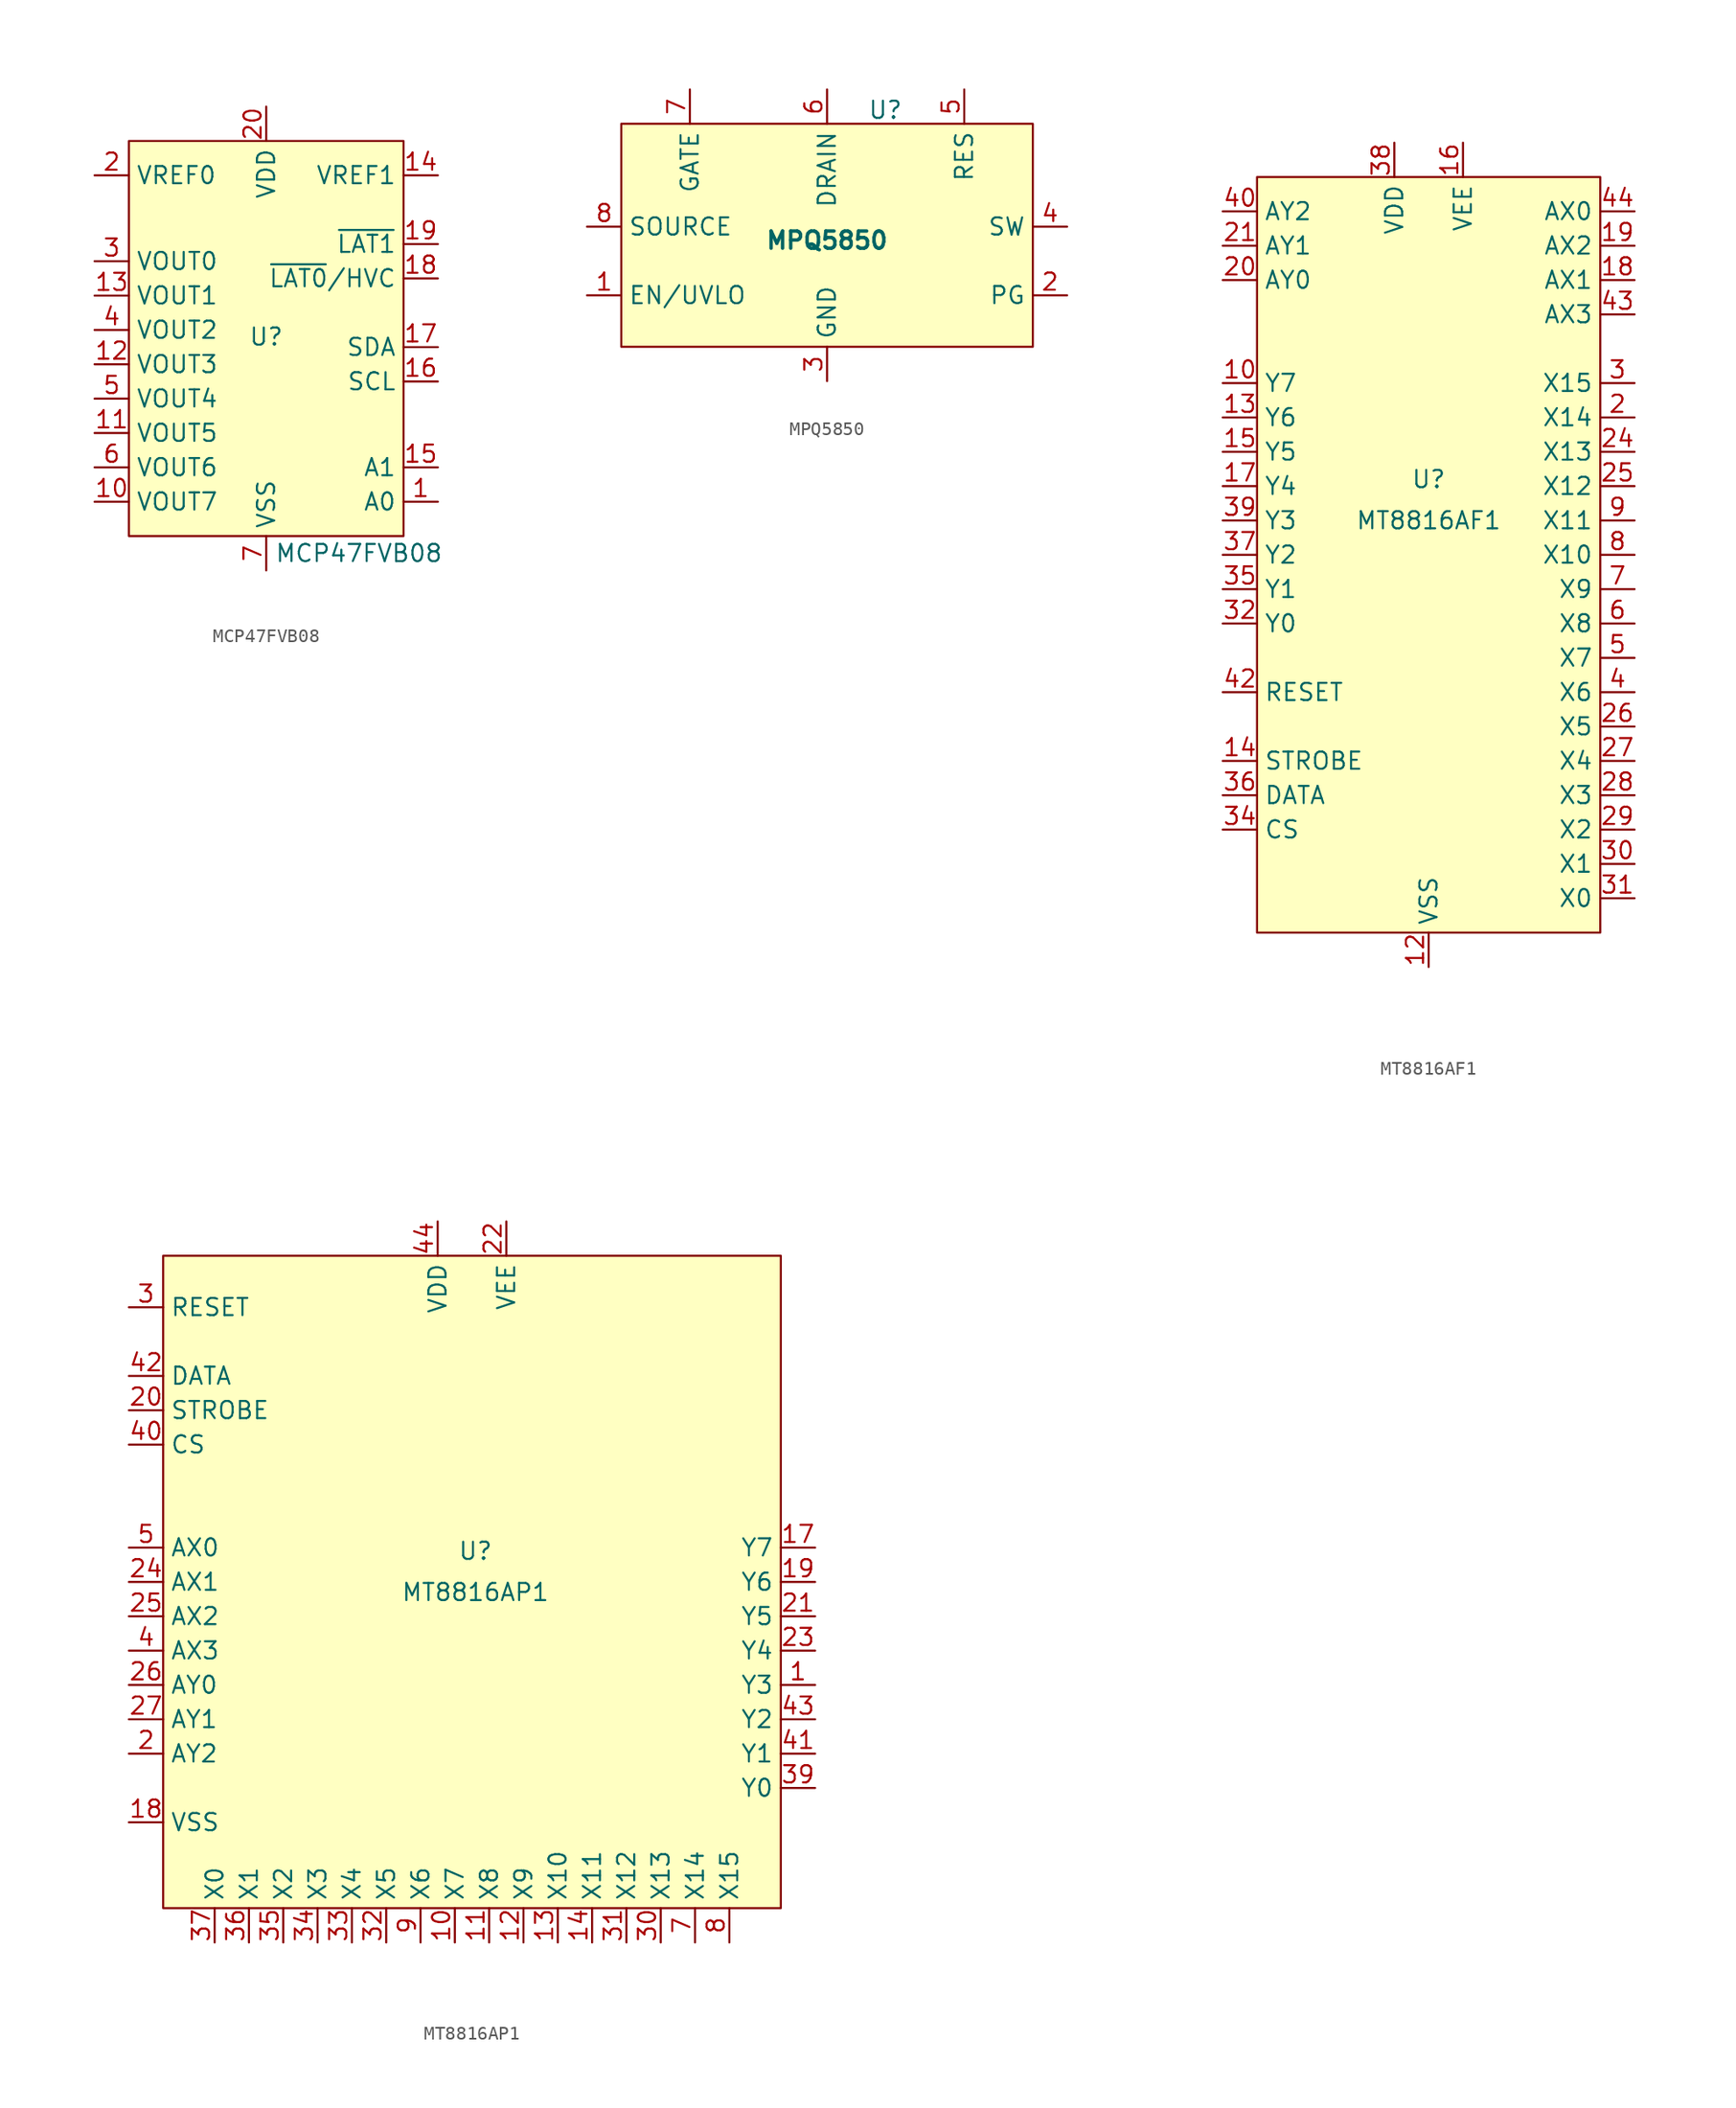
<source format=kicad_sym>
(kicad_symbol_lib
  (version 20241209)
  (generator "kicad_symbol_editor")
  (generator_version "9.0")
  (symbol "MCP47FVB08"
    (property "Reference" "U"
      (at 0 0.762 0)
      (effects (font (size 1.27 1.27))))
    (property "Value" "MCP47FVB08"
      (at 6.858 -15.24 0)
      (effects (font (size 1.27 1.27))))
    (symbol "MCP47FVB08_0_0"
      (pin input line (at -12.7 12.7 0) (length 2.54) (name "VREF0" (effects (font (size 1.27 1.27)))) (number "2" (effects (font (size 1.27 1.27)))))
      (pin output line (at -12.7 6.35 0) (length 2.54) (name "VOUT0" (effects (font (size 1.27 1.27)))) (number "3" (effects (font (size 1.27 1.27)))))
      (pin output line (at -12.7 3.81 0) (length 2.54) (name "VOUT1" (effects (font (size 1.27 1.27)))) (number "13" (effects (font (size 1.27 1.27)))))
      (pin output line (at -12.7 1.27 0) (length 2.54) (name "VOUT2" (effects (font (size 1.27 1.27)))) (number "4" (effects (font (size 1.27 1.27)))))
      (pin output line (at -12.7 -1.27 0) (length 2.54) (name "VOUT3" (effects (font (size 1.27 1.27)))) (number "12" (effects (font (size 1.27 1.27)))))
      (pin output line (at -12.7 -3.81 0) (length 2.54) (name "VOUT4" (effects (font (size 1.27 1.27)))) (number "5" (effects (font (size 1.27 1.27)))))
      (pin output line (at -12.7 -6.35 0) (length 2.54) (name "VOUT5" (effects (font (size 1.27 1.27)))) (number "11" (effects (font (size 1.27 1.27)))))
      (pin output line (at -12.7 -8.89 0) (length 2.54) (name "VOUT6" (effects (font (size 1.27 1.27)))) (number "6" (effects (font (size 1.27 1.27)))))
      (pin output line (at -12.7 -11.43 0) (length 2.54) (name "VOUT7" (effects (font (size 1.27 1.27)))) (number "10" (effects (font (size 1.27 1.27)))))
      (pin power_in line (at 0 17.78 270) (length 2.54) (name "VDD" (effects (font (size 1.27 1.27)))) (number "20" (effects (font (size 1.27 1.27)))))
      (pin power_in line (at 0 -16.51 90) (length 2.54) (name "VSS" (effects (font (size 1.27 1.27)))) (number "7" (effects (font (size 1.27 1.27)))))
      (pin input line (at 12.7 12.7 180) (length 2.54) (name "VREF1" (effects (font (size 1.27 1.27)))) (number "14" (effects (font (size 1.27 1.27)))))
      (pin input line (at 12.7 7.62 180) (length 2.54) (name "~{LAT1}" (effects (font (size 1.27 1.27)))) (number "19" (effects (font (size 1.27 1.27)))))
      (pin input line (at 12.7 5.08 180) (length 2.54) (name "~{LAT0}/HVC" (effects (font (size 1.27 1.27)))) (number "18" (effects (font (size 1.27 1.27)))))
      (pin input line (at 12.7 0 180) (length 2.54) (name "SDA" (effects (font (size 1.27 1.27)))) (number "17" (effects (font (size 1.27 1.27)))))
      (pin input line (at 12.7 -2.54 180) (length 2.54) (name "SCL" (effects (font (size 1.27 1.27)))) (number "16" (effects (font (size 1.27 1.27)))))
      (pin input line (at 12.7 -8.89 180) (length 2.54) (name "A1" (effects (font (size 1.27 1.27)))) (number "15" (effects (font (size 1.27 1.27)))))
      (pin input line (at 12.7 -11.43 180) (length 2.54) (name "A0" (effects (font (size 1.27 1.27)))) (number "1" (effects (font (size 1.27 1.27))))))
    (symbol "MCP47FVB08_1_0"
      (pin no_connect line (at -2.54 -16.51 90) (length 2.54) (hide yes) (name "NC" (effects (font (size 1.27 1.27)))) (number "8" (effects (font (size 1.27 1.27)))))
      (pin no_connect line (at 2.54 -16.51 90) (length 2.54) (hide yes) (name "NC" (effects (font (size 1.27 1.27)))) (number "9" (effects (font (size 1.27 1.27))))))
    (symbol "MCP47FVB08_1_1"
      (rectangle (start -10.16 15.24) (end 10.16 -13.97) (stroke (width 0) (type solid)) (fill (type color) (color 255 255 194 1)))))
  (symbol "MPQ5850"
    (property "Reference" "U"
      (at 4.318 25.146 0)
      (effects (font (size 1.27 1.27))))
    (property "Value" "MPQ5850"
      (at 0 15.494 0)
      (effects (font (size 1.27 1.27) (thickness 0.254) (bold yes))))
    (symbol "MPQ5850_0_0"
      (pin input line (at -17.78 16.51 0) (length 2.54) (name "SOURCE" (effects (font (size 1.27 1.27)))) (number "8" (effects (font (size 1.27 1.27)))))
      (pin input line (at -17.78 11.43 0) (length 2.54) (name "EN/UVLO" (effects (font (size 1.27 1.27)))) (number "1" (effects (font (size 1.27 1.27)))))
      (pin output line (at -10.16 26.67 270) (length 2.54) (name "GATE" (effects (font (size 1.27 1.27)))) (number "7" (effects (font (size 1.27 1.27)))))
      (pin power_out line (at 0 26.67 270) (length 2.54) (name "DRAIN" (effects (font (size 1.27 1.27)))) (number "6" (effects (font (size 1.27 1.27)))))
      (pin power_out line (at 0 5.08 90) (length 2.54) (name "GND" (effects (font (size 1.27 1.27)))) (number "3" (effects (font (size 1.27 1.27)))))
      (pin input line (at 10.16 26.67 270) (length 2.54) (name "RES" (effects (font (size 1.27 1.27)))) (number "5" (effects (font (size 1.27 1.27)))))
      (pin input line (at 17.78 16.51 180) (length 2.54) (name "SW" (effects (font (size 1.27 1.27)))) (number "4" (effects (font (size 1.27 1.27)))))
      (pin output line (at 17.78 11.43 180) (length 2.54) (name "PG" (effects (font (size 1.27 1.27)))) (number "2" (effects (font (size 1.27 1.27))))))
    (symbol "MPQ5850_1_1"
      (rectangle (start -15.24 24.13) (end 15.24 7.62) (stroke (width 0) (type solid)) (fill (type color) (color 255 255 194 1)))))
  (symbol "MT8816AF1"
    (property "Reference" "U"
      (at 0 3.048 0)
      (effects (font (size 1.27 1.27))))
    (property "Value" "MT8816AF1"
      (at 0 0 0)
      (effects (font (size 1.27 1.27))))
    (symbol "MT8816AF1_0_0"
      (pin input line (at -15.24 22.86 0) (length 2.54) (name "AY2" (effects (font (size 1.27 1.27)))) (number "40" (effects (font (size 1.27 1.27)))))
      (pin input line (at -15.24 20.32 0) (length 2.54) (name "AY1" (effects (font (size 1.27 1.27)))) (number "21" (effects (font (size 1.27 1.27)))))
      (pin input line (at -15.24 17.78 0) (length 2.54) (name "AY0" (effects (font (size 1.27 1.27)))) (number "20" (effects (font (size 1.27 1.27)))))
      (pin bidirectional line (at -15.24 10.16 0) (length 2.54) (name "Y7" (effects (font (size 1.27 1.27)))) (number "10" (effects (font (size 1.27 1.27)))))
      (pin bidirectional line (at -15.24 7.62 0) (length 2.54) (name "Y6" (effects (font (size 1.27 1.27)))) (number "13" (effects (font (size 1.27 1.27)))))
      (pin bidirectional line (at -15.24 5.08 0) (length 2.54) (name "Y5" (effects (font (size 1.27 1.27)))) (number "15" (effects (font (size 1.27 1.27)))))
      (pin bidirectional line (at -15.24 2.54 0) (length 2.54) (name "Y4" (effects (font (size 1.27 1.27)))) (number "17" (effects (font (size 1.27 1.27)))))
      (pin bidirectional line (at -15.24 0 0) (length 2.54) (name "Y3" (effects (font (size 1.27 1.27)))) (number "39" (effects (font (size 1.27 1.27)))))
      (pin bidirectional line (at -15.24 -2.54 0) (length 2.54) (name "Y2" (effects (font (size 1.27 1.27)))) (number "37" (effects (font (size 1.27 1.27)))))
      (pin bidirectional line (at -15.24 -5.08 0) (length 2.54) (name "Y1" (effects (font (size 1.27 1.27)))) (number "35" (effects (font (size 1.27 1.27)))))
      (pin bidirectional line (at -15.24 -7.62 0) (length 2.54) (name "Y0" (effects (font (size 1.27 1.27)))) (number "32" (effects (font (size 1.27 1.27)))))
      (pin input line (at -15.24 -12.7 0) (length 2.54) (name "RESET" (effects (font (size 1.27 1.27)))) (number "42" (effects (font (size 1.27 1.27)))))
      (pin input line (at -15.24 -17.78 0) (length 2.54) (name "STROBE" (effects (font (size 1.27 1.27)))) (number "14" (effects (font (size 1.27 1.27)))))
      (pin input line (at -15.24 -20.32 0) (length 2.54) (name "DATA" (effects (font (size 1.27 1.27)))) (number "36" (effects (font (size 1.27 1.27)))))
      (pin input line (at -15.24 -22.86 0) (length 2.54) (name "CS" (effects (font (size 1.27 1.27)))) (number "34" (effects (font (size 1.27 1.27)))))
      (pin power_in line (at -2.54 27.94 270) (length 2.54) (name "VDD" (effects (font (size 1.27 1.27)))) (number "38" (effects (font (size 1.27 1.27)))))
      (pin power_in line (at 0 -33.02 90) (length 2.54) (name "VSS" (effects (font (size 1.27 1.27)))) (number "12" (effects (font (size 1.27 1.27)))))
      (pin power_in line (at 2.54 27.94 270) (length 2.54) (name "VEE" (effects (font (size 1.27 1.27)))) (number "16" (effects (font (size 1.27 1.27)))))
      (pin no_connect line (at 2.54 -33.02 90) (length 2.54) (hide yes) (name "NC" (effects (font (size 1.27 1.27)))) (number "1" (effects (font (size 1.27 1.27)))))
      (pin no_connect line (at 2.54 -33.02 90) (length 2.54) (hide yes) (name "NC" (effects (font (size 1.27 1.27)))) (number "11" (effects (font (size 1.27 1.27)))))
      (pin no_connect line (at 2.54 -33.02 90) (length 2.54) (hide yes) (name "NC" (effects (font (size 1.27 1.27)))) (number "22" (effects (font (size 1.27 1.27)))))
      (pin no_connect line (at 2.54 -33.02 90) (length 2.54) (hide yes) (name "NC" (effects (font (size 1.27 1.27)))) (number "23" (effects (font (size 1.27 1.27)))))
      (pin no_connect line (at 2.54 -33.02 90) (length 2.54) (hide yes) (name "NC" (effects (font (size 1.27 1.27)))) (number "33" (effects (font (size 1.27 1.27)))))
      (pin no_connect line (at 2.54 -33.02 90) (length 2.54) (hide yes) (name "NC" (effects (font (size 1.27 1.27)))) (number "41" (effects (font (size 1.27 1.27)))))
      (pin input line (at 15.24 22.86 180) (length 2.54) (name "AX0" (effects (font (size 1.27 1.27)))) (number "44" (effects (font (size 1.27 1.27)))))
      (pin input line (at 15.24 20.32 180) (length 2.54) (name "AX2" (effects (font (size 1.27 1.27)))) (number "19" (effects (font (size 1.27 1.27)))))
      (pin input line (at 15.24 17.78 180) (length 2.54) (name "AX1" (effects (font (size 1.27 1.27)))) (number "18" (effects (font (size 1.27 1.27)))))
      (pin input line (at 15.24 15.24 180) (length 2.54) (name "AX3" (effects (font (size 1.27 1.27)))) (number "43" (effects (font (size 1.27 1.27)))))
      (pin bidirectional line (at 15.24 10.16 180) (length 2.54) (name "X15" (effects (font (size 1.27 1.27)))) (number "3" (effects (font (size 1.27 1.27)))))
      (pin bidirectional line (at 15.24 7.62 180) (length 2.54) (name "X14" (effects (font (size 1.27 1.27)))) (number "2" (effects (font (size 1.27 1.27)))))
      (pin bidirectional line (at 15.24 5.08 180) (length 2.54) (name "X13" (effects (font (size 1.27 1.27)))) (number "24" (effects (font (size 1.27 1.27)))))
      (pin bidirectional line (at 15.24 2.54 180) (length 2.54) (name "X12" (effects (font (size 1.27 1.27)))) (number "25" (effects (font (size 1.27 1.27)))))
      (pin bidirectional line (at 15.24 0 180) (length 2.54) (name "X11" (effects (font (size 1.27 1.27)))) (number "9" (effects (font (size 1.27 1.27)))))
      (pin bidirectional line (at 15.24 -2.54 180) (length 2.54) (name "X10" (effects (font (size 1.27 1.27)))) (number "8" (effects (font (size 1.27 1.27)))))
      (pin bidirectional line (at 15.24 -5.08 180) (length 2.54) (name "X9" (effects (font (size 1.27 1.27)))) (number "7" (effects (font (size 1.27 1.27)))))
      (pin bidirectional line (at 15.24 -7.62 180) (length 2.54) (name "X8" (effects (font (size 1.27 1.27)))) (number "6" (effects (font (size 1.27 1.27)))))
      (pin bidirectional line (at 15.24 -10.16 180) (length 2.54) (name "X7" (effects (font (size 1.27 1.27)))) (number "5" (effects (font (size 1.27 1.27)))))
      (pin bidirectional line (at 15.24 -12.7 180) (length 2.54) (name "X6" (effects (font (size 1.27 1.27)))) (number "4" (effects (font (size 1.27 1.27)))))
      (pin bidirectional line (at 15.24 -15.24 180) (length 2.54) (name "X5" (effects (font (size 1.27 1.27)))) (number "26" (effects (font (size 1.27 1.27)))))
      (pin bidirectional line (at 15.24 -17.78 180) (length 2.54) (name "X4" (effects (font (size 1.27 1.27)))) (number "27" (effects (font (size 1.27 1.27)))))
      (pin bidirectional line (at 15.24 -20.32 180) (length 2.54) (name "X3" (effects (font (size 1.27 1.27)))) (number "28" (effects (font (size 1.27 1.27)))))
      (pin bidirectional line (at 15.24 -22.86 180) (length 2.54) (name "X2" (effects (font (size 1.27 1.27)))) (number "29" (effects (font (size 1.27 1.27)))))
      (pin bidirectional line (at 15.24 -25.4 180) (length 2.54) (name "X1" (effects (font (size 1.27 1.27)))) (number "30" (effects (font (size 1.27 1.27)))))
      (pin bidirectional line (at 15.24 -27.94 180) (length 2.54) (name "X0" (effects (font (size 1.27 1.27)))) (number "31" (effects (font (size 1.27 1.27))))))
    (symbol "MT8816AF1_1_1"
      (rectangle (start -12.7 25.4) (end 12.7 -30.48) (stroke (width 0) (type solid)) (fill (type background)))))
  (symbol "MT8816AP1"
    (property "Reference" "U"
      (at 0.254 2.286 0)
      (effects (font (size 1.27 1.27))))
    (property "Value" "MT8816AP1"
      (at 0.254 -0.762 0)
      (effects (font (size 1.27 1.27))))
    (symbol "MT8816AP1_0_0"
      (pin input line (at -25.4 20.32 0) (length 2.54) (name "RESET" (effects (font (size 1.27 1.27)))) (number "3" (effects (font (size 1.27 1.27)))))
      (pin input line (at -25.4 15.24 0) (length 2.54) (name "DATA" (effects (font (size 1.27 1.27)))) (number "42" (effects (font (size 1.27 1.27)))))
      (pin input line (at -25.4 12.7 0) (length 2.54) (name "STROBE" (effects (font (size 1.27 1.27)))) (number "20" (effects (font (size 1.27 1.27)))))
      (pin input line (at -25.4 10.16 0) (length 2.54) (name "CS" (effects (font (size 1.27 1.27)))) (number "40" (effects (font (size 1.27 1.27)))))
      (pin input line (at -25.4 2.54 0) (length 2.54) (name "AX0" (effects (font (size 1.27 1.27)))) (number "5" (effects (font (size 1.27 1.27)))))
      (pin input line (at -25.4 0 0) (length 2.54) (name "AX1" (effects (font (size 1.27 1.27)))) (number "24" (effects (font (size 1.27 1.27)))))
      (pin input line (at -25.4 -2.54 0) (length 2.54) (name "AX2" (effects (font (size 1.27 1.27)))) (number "25" (effects (font (size 1.27 1.27)))))
      (pin input line (at -25.4 -5.08 0) (length 2.54) (name "AX3" (effects (font (size 1.27 1.27)))) (number "4" (effects (font (size 1.27 1.27)))))
      (pin input line (at -25.4 -7.62 0) (length 2.54) (name "AY0" (effects (font (size 1.27 1.27)))) (number "26" (effects (font (size 1.27 1.27)))))
      (pin input line (at -25.4 -10.16 0) (length 2.54) (name "AY1" (effects (font (size 1.27 1.27)))) (number "27" (effects (font (size 1.27 1.27)))))
      (pin input line (at -25.4 -12.7 0) (length 2.54) (name "AY2" (effects (font (size 1.27 1.27)))) (number "2" (effects (font (size 1.27 1.27)))))
      (pin power_in line (at -25.4 -17.78 0) (length 2.54) (name "VSS" (effects (font (size 1.27 1.27)))) (number "18" (effects (font (size 1.27 1.27)))))
      (pin bidirectional line (at -19.05 -26.67 90) (length 2.54) (name "X0" (effects (font (size 1.27 1.27)))) (number "37" (effects (font (size 1.27 1.27)))))
      (pin bidirectional line (at -16.51 -26.67 90) (length 2.54) (name "X1" (effects (font (size 1.27 1.27)))) (number "36" (effects (font (size 1.27 1.27)))))
      (pin bidirectional line (at -13.97 -26.67 90) (length 2.54) (name "X2" (effects (font (size 1.27 1.27)))) (number "35" (effects (font (size 1.27 1.27)))))
      (pin bidirectional line (at -11.43 -26.67 90) (length 2.54) (name "X3" (effects (font (size 1.27 1.27)))) (number "34" (effects (font (size 1.27 1.27)))))
      (pin bidirectional line (at -8.89 -26.67 90) (length 2.54) (name "X4" (effects (font (size 1.27 1.27)))) (number "33" (effects (font (size 1.27 1.27)))))
      (pin bidirectional line (at -6.35 -26.67 90) (length 2.54) (name "X5" (effects (font (size 1.27 1.27)))) (number "32" (effects (font (size 1.27 1.27)))))
      (pin bidirectional line (at -3.81 -26.67 90) (length 2.54) (name "X6" (effects (font (size 1.27 1.27)))) (number "9" (effects (font (size 1.27 1.27)))))
      (pin power_in line (at -2.54 26.67 270) (length 2.54) (name "VDD" (effects (font (size 1.27 1.27)))) (number "44" (effects (font (size 1.27 1.27)))))
      (pin bidirectional line (at -1.27 -26.67 90) (length 2.54) (name "X7" (effects (font (size 1.27 1.27)))) (number "10" (effects (font (size 1.27 1.27)))))
      (pin bidirectional line (at 1.27 -26.67 90) (length 2.54) (name "X8" (effects (font (size 1.27 1.27)))) (number "11" (effects (font (size 1.27 1.27)))))
      (pin power_in line (at 2.54 26.67 270) (length 2.54) (name "VEE" (effects (font (size 1.27 1.27)))) (number "22" (effects (font (size 1.27 1.27)))))
      (pin bidirectional line (at 3.81 -26.67 90) (length 2.54) (name "X9" (effects (font (size 1.27 1.27)))) (number "12" (effects (font (size 1.27 1.27)))))
      (pin bidirectional line (at 6.35 -26.67 90) (length 2.54) (name "X10" (effects (font (size 1.27 1.27)))) (number "13" (effects (font (size 1.27 1.27)))))
      (pin bidirectional line (at 8.89 -26.67 90) (length 2.54) (name "X11" (effects (font (size 1.27 1.27)))) (number "14" (effects (font (size 1.27 1.27)))))
      (pin bidirectional line (at 11.43 -26.67 90) (length 2.54) (name "X12" (effects (font (size 1.27 1.27)))) (number "31" (effects (font (size 1.27 1.27)))))
      (pin bidirectional line (at 13.97 -26.67 90) (length 2.54) (name "X13" (effects (font (size 1.27 1.27)))) (number "30" (effects (font (size 1.27 1.27)))))
      (pin bidirectional line (at 16.51 -26.67 90) (length 2.54) (name "X14" (effects (font (size 1.27 1.27)))) (number "7" (effects (font (size 1.27 1.27)))))
      (pin bidirectional line (at 19.05 -26.67 90) (length 2.54) (name "X15" (effects (font (size 1.27 1.27)))) (number "8" (effects (font (size 1.27 1.27)))))
      (pin no_connect line (at 25.4 20.32 180) (length 2.54) (hide yes) (name "NC" (effects (font (size 1.27 1.27)))) (number "6" (effects (font (size 1.27 1.27)))))
      (pin no_connect line (at 25.4 17.78 180) (length 2.54) (hide yes) (name "NC" (effects (font (size 1.27 1.27)))) (number "15" (effects (font (size 1.27 1.27)))))
      (pin no_connect line (at 25.4 15.24 180) (length 2.54) (hide yes) (name "NC" (effects (font (size 1.27 1.27)))) (number "16" (effects (font (size 1.27 1.27)))))
      (pin no_connect line (at 25.4 12.7 180) (length 2.54) (hide yes) (name "NC" (effects (font (size 1.27 1.27)))) (number "28" (effects (font (size 1.27 1.27)))))
      (pin no_connect line (at 25.4 10.16 180) (length 2.54) (hide yes) (name "NC" (effects (font (size 1.27 1.27)))) (number "29" (effects (font (size 1.27 1.27)))))
      (pin no_connect line (at 25.4 7.62 180) (length 2.54) (hide yes) (name "NC" (effects (font (size 1.27 1.27)))) (number "38" (effects (font (size 1.27 1.27)))))
      (pin bidirectional line (at 25.4 2.54 180) (length 2.54) (name "Y7" (effects (font (size 1.27 1.27)))) (number "17" (effects (font (size 1.27 1.27)))))
      (pin bidirectional line (at 25.4 0 180) (length 2.54) (name "Y6" (effects (font (size 1.27 1.27)))) (number "19" (effects (font (size 1.27 1.27)))))
      (pin bidirectional line (at 25.4 -2.54 180) (length 2.54) (name "Y5" (effects (font (size 1.27 1.27)))) (number "21" (effects (font (size 1.27 1.27)))))
      (pin bidirectional line (at 25.4 -5.08 180) (length 2.54) (name "Y4" (effects (font (size 1.27 1.27)))) (number "23" (effects (font (size 1.27 1.27)))))
      (pin bidirectional line (at 25.4 -7.62 180) (length 2.54) (name "Y3" (effects (font (size 1.27 1.27)))) (number "1" (effects (font (size 1.27 1.27)))))
      (pin bidirectional line (at 25.4 -10.16 180) (length 2.54) (name "Y2" (effects (font (size 1.27 1.27)))) (number "43" (effects (font (size 1.27 1.27)))))
      (pin bidirectional line (at 25.4 -12.7 180) (length 2.54) (name "Y1" (effects (font (size 1.27 1.27)))) (number "41" (effects (font (size 1.27 1.27)))))
      (pin bidirectional line (at 25.4 -15.24 180) (length 2.54) (name "Y0" (effects (font (size 1.27 1.27)))) (number "39" (effects (font (size 1.27 1.27))))))
    (symbol "MT8816AP1_1_1"
      (rectangle (start -22.86 24.13) (end 22.86 -24.13) (stroke (width 0) (type solid)) (fill (type background))))))
</source>
